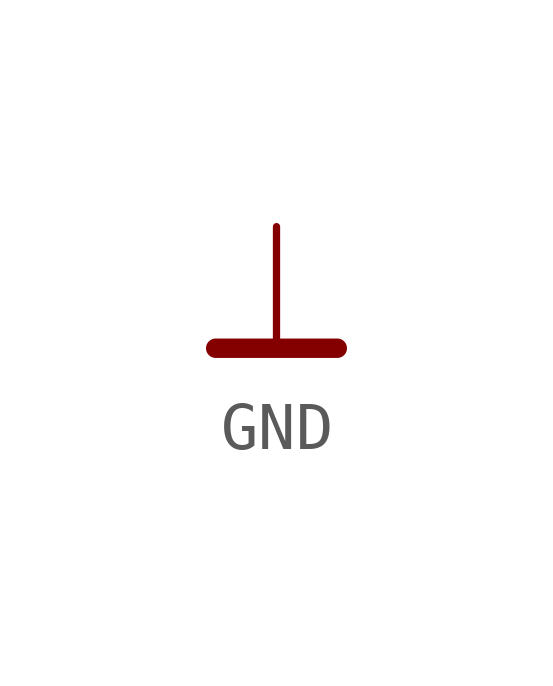
<source format=kicad_sym>
(kicad_symbol_lib
  (version 20211014)
  (generator kicad_symbol_editor)
  (symbol "GND"
    (power)
    (property "Reference" "#GND"
      (at 0 0 0)
      (effects (font (size 1.27 1.27)) hide))
    (property "ki_locked" ""
      (at 0 0 0)
      (effects (font (size 1.27 1.27))))
    (symbol "GND_1_0"
      (polyline (pts (xy -1.27 -2.54) (xy 1.27 -2.54)) (stroke (width 0.406) (type default) (color 0 0 0 0)) (fill (type none)))
      (pin power_in line (at 0 0 270) (length 2.54) (name "GND" (effects (font (size 0 0)))) (number "1" (effects (font (size 0 0))))))))
</source>
